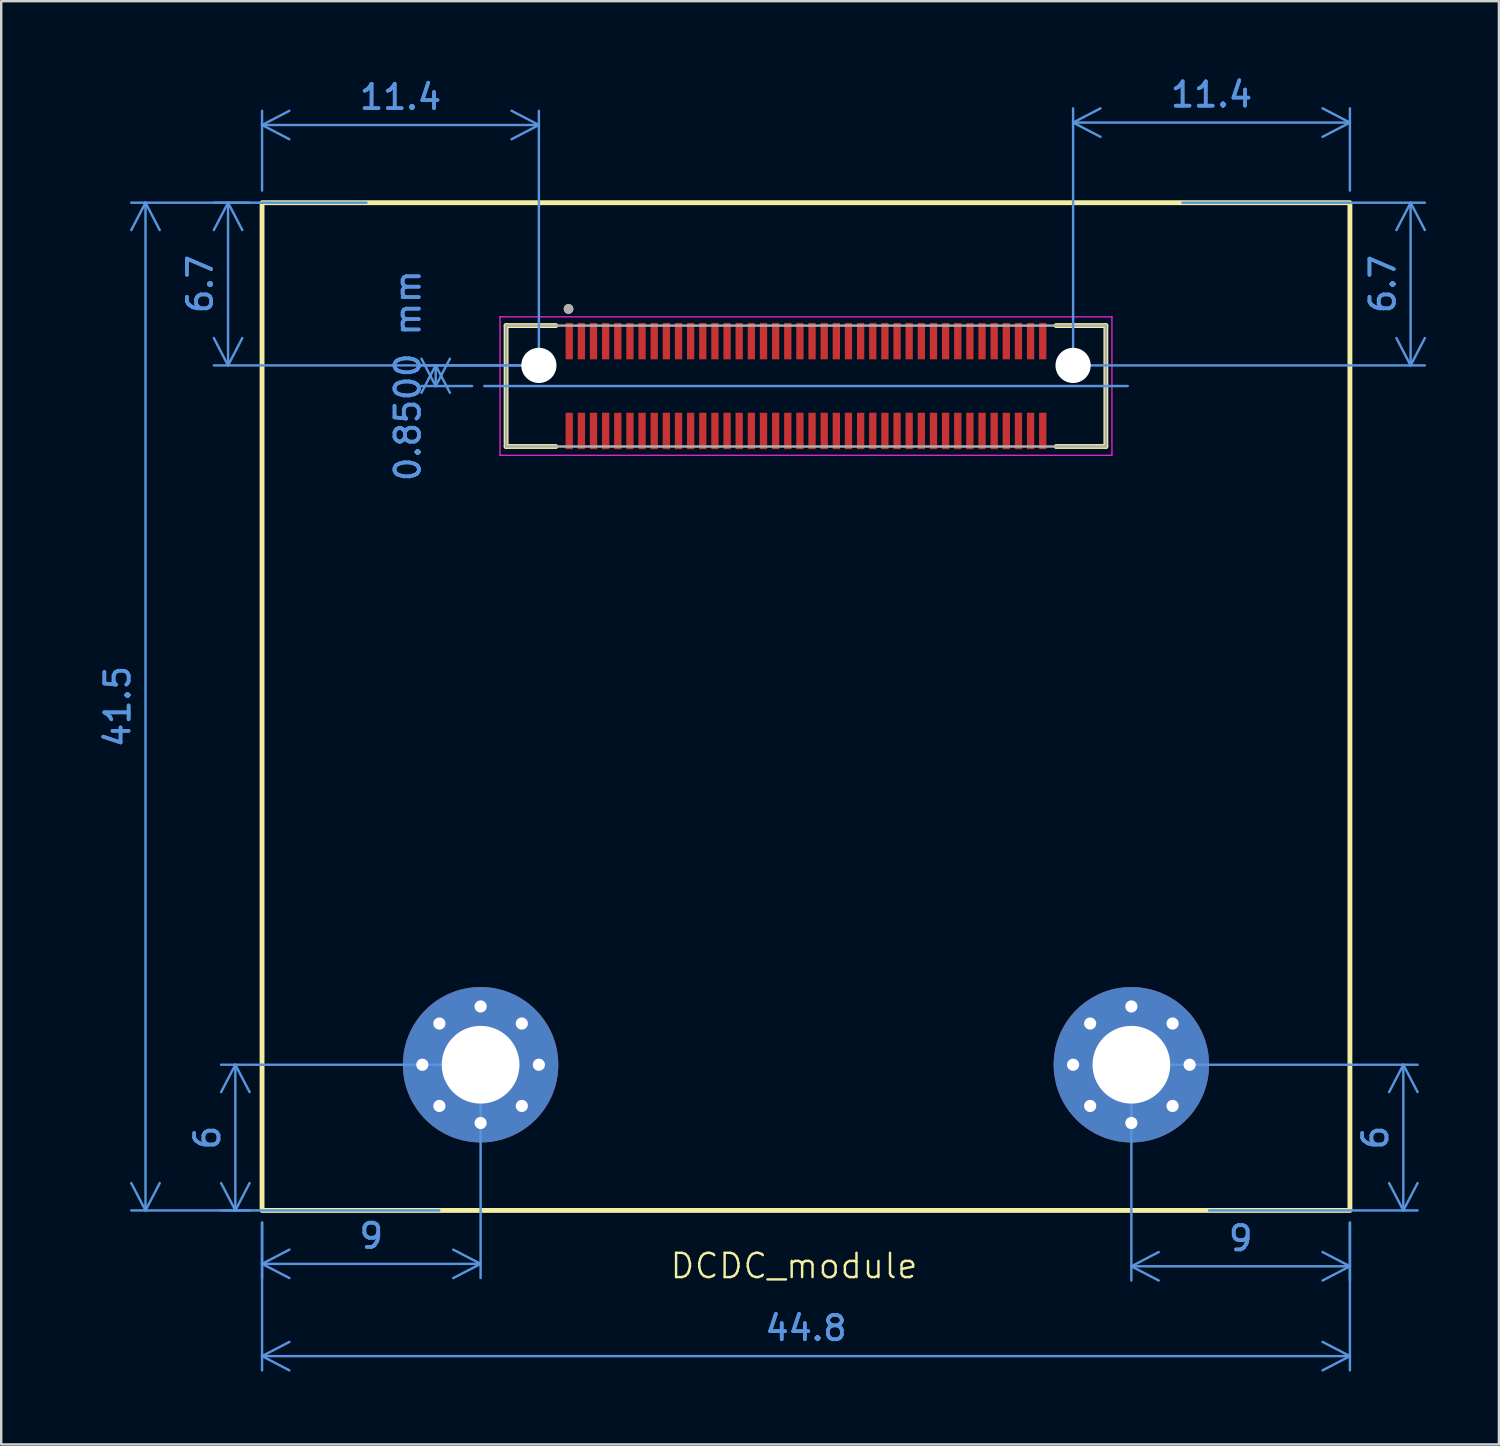
<source format=kicad_pcb>
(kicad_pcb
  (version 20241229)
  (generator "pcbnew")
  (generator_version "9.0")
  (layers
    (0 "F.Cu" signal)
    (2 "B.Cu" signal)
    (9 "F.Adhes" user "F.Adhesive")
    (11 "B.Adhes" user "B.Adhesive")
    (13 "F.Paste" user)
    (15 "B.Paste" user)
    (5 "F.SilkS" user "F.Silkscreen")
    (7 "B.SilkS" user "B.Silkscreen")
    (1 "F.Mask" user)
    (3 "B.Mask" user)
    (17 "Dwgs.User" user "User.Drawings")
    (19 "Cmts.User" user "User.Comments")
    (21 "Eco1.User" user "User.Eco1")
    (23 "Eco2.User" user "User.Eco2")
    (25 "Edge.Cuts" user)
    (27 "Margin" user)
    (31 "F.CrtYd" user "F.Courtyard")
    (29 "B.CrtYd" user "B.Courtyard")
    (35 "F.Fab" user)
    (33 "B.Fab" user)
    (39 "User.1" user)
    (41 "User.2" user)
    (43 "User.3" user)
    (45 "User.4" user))
  (footprint "DCDC_module"
    (layer "F.Cu")
    (at 29.569 29.775)
    (property "Reference" "DCDC_module" (at 0.08 19.31 0) (unlocked yes) (layer "F.SilkS") (effects (font (size 1 1) (thickness 0.1))))
    (attr smd allow_soldermask_bridges)
    (fp_line (start -11.777 -19.417) (end -9.727 -19.417) (stroke (width 0.2) (type solid)) (layer "F.SilkS"))
    (fp_line (start -11.777 -14.437) (end -11.777 -19.417) (stroke (width 0.2) (type solid)) (layer "F.SilkS"))
    (fp_line (start -9.727 -14.437) (end -11.777 -14.437) (stroke (width 0.2) (type solid)) (layer "F.SilkS"))
    (fp_line (start 10.873 -14.437) (end 12.923 -14.437) (stroke (width 0.2) (type solid)) (layer "F.SilkS"))
    (fp_line (start 12.923 -19.417) (end 10.873 -19.417) (stroke (width 0.2) (type solid)) (layer "F.SilkS"))
    (fp_line (start 12.923 -14.437) (end 12.923 -19.417) (stroke (width 0.2) (type solid)) (layer "F.SilkS"))
    (fp_rect (start -21.827 -24.477) (end 22.973 17.023) (stroke (width 0.2) (type solid)) (fill no) (layer "F.SilkS"))
    (fp_circle (center -9.206 -20.102) (end -9.306 -20.102) (stroke (width 0.2) (type solid)) (fill no) (layer "F.SilkS"))
    (fp_line (start -12.677 -16.927) (end 13.823 -16.927) (stroke (width 0.1) (type solid)) (layer "Cmts.User"))
    (fp_line (start -12.027 -19.777) (end -12.027 -14.077) (stroke (width 0.05) (type solid)) (layer "F.CrtYd"))
    (fp_line (start -12.027 -14.077) (end 13.173 -14.077) (stroke (width 0.05) (type solid)) (layer "F.CrtYd"))
    (fp_line (start 13.173 -19.777) (end -12.027 -19.777) (stroke (width 0.05) (type solid)) (layer "F.CrtYd"))
    (fp_line (start 13.173 -14.077) (end 13.173 -19.777) (stroke (width 0.05) (type solid)) (layer "F.CrtYd"))
    (fp_line (start -11.777 -19.417) (end -11.777 -14.437) (stroke (width 0.1) (type solid)) (layer "F.Fab"))
    (fp_line (start -11.777 -14.437) (end 12.923 -14.437) (stroke (width 0.1) (type solid)) (layer "F.Fab"))
    (fp_line (start 12.923 -19.417) (end -11.777 -19.417) (stroke (width 0.1) (type solid)) (layer "F.Fab"))
    (fp_line (start 12.923 -14.437) (end 12.923 -19.417) (stroke (width 0.1) (type solid)) (layer "F.Fab"))
    (fp_circle (center -9.206 -20.102) (end -9.306 -20.102) (stroke (width 0.2) (type solid)) (fill no) (layer "F.Fab"))
    (dimension (type orthogonal) (layer "Cmts.User") (pts (xy 41.142 11.998) (xy 52.542 5.298)) (height -10) (orientation 0) (format (prefix "") (suffix "") (units 3) (units_format 0) (precision 4) (suppress_zeroes yes)) (style (thickness 0.1) (arrow_length 1.27) (text_position_mode 0) (arrow_direction outward) (extension_height 0.586) (extension_offset 0.5) (keep_text_aligned yes)) (gr_text "11.4" (at 46.842 0.848 0) (layer "Cmts.User") (effects (font (size 1 1) (thickness 0.15)))))
    (dimension (type orthogonal) (layer "Cmts.User") (pts (xy 41.142 11.998) (xy 45.142 5.298)) (height 13.9) (orientation 1) (format (prefix "") (suffix "") (units 3) (units_format 0) (precision 4) (suppress_zeroes yes)) (style (thickness 0.1) (arrow_length 1.27) (text_position_mode 0) (arrow_direction outward) (extension_height 0.586) (extension_offset 0.5) (keep_text_aligned yes)) (gr_text "6.7" (at 53.892 8.648 90) (layer "Cmts.User") (effects (font (size 1 1) (thickness 0.15)))))
    (dimension (type orthogonal) (layer "Cmts.User") (pts (xy 43.542 40.798) (xy 46.242 46.798)) (height 11.2) (orientation 1) (format (prefix "") (suffix "") (units 3) (units_format 0) (precision 4) (suppress_zeroes yes)) (style (thickness 0.1) (arrow_length 1.27) (text_position_mode 0) (arrow_direction outward) (extension_height 0.586) (extension_offset 0.5) (keep_text_aligned yes)) (gr_text "6" (at 53.592 43.798 90) (layer "Cmts.User") (effects (font (size 1 1) (thickness 0.15)))))
    (dimension (type orthogonal) (layer "Cmts.User") (pts (xy 7.742 46.798) (xy 7.742 5.298)) (height -4.8) (orientation 1) (format (prefix "") (suffix "") (units 3) (units_format 0) (precision 4) (suppress_zeroes yes)) (style (thickness 0.1) (arrow_length 1.27) (text_position_mode 0) (arrow_direction outward) (extension_height 0.586) (extension_offset 0.5) (keep_text_aligned yes)) (gr_text "41.5" (at 1.792 26.048 90) (layer "Cmts.User") (effects (font (size 1 1) (thickness 0.15)))))
    (dimension (type orthogonal) (layer "Cmts.User") (pts (xy 19.142 11.998) (xy 16.892 12.848)) (height -4.25) (orientation 1) (format (prefix "") (suffix "") (units 3) (units_format 1) (precision 4)) (style (thickness 0.1) (arrow_length 1.27) (text_position_mode 0) (arrow_direction outward) (extension_height 0.586) (extension_offset 0.5) (keep_text_aligned yes)) (gr_text "0.8500 mm" (at 13.742 12.423 90) (layer "Cmts.User") (effects (font (size 1 1) (thickness 0.15)))))
    (dimension (type orthogonal) (layer "Cmts.User") (pts (xy 19.142 11.998) (xy 12.542 5.298)) (height -12.8) (orientation 1) (format (prefix "") (suffix "") (units 3) (units_format 0) (precision 4) (suppress_zeroes yes)) (style (thickness 0.1) (arrow_length 1.27) (text_position_mode 0) (arrow_direction outward) (extension_height 0.586) (extension_offset 0.5) (keep_text_aligned yes)) (gr_text "6.7" (at 5.192 8.648 90) (layer "Cmts.User") (effects (font (size 1 1) (thickness 0.15)))))
    (dimension (type orthogonal) (layer "Cmts.User") (pts (xy 7.742 46.798) (xy 52.542 46.798)) (height 6) (orientation 0) (format (prefix "") (suffix "") (units 3) (units_format 0) (precision 4) (suppress_zeroes yes)) (style (thickness 0.1) (arrow_length 1.27) (text_position_mode 0) (arrow_direction outward) (extension_height 0.586) (extension_offset 0.5) (keep_text_aligned yes)) (gr_text "44.8" (at 30.142 51.648 0) (layer "Cmts.User") (effects (font (size 1 1) (thickness 0.15)))))
    (dimension (type orthogonal) (layer "Cmts.User") (pts (xy 16.742 40.798) (xy 7.742 46.798)) (height 8.2) (orientation 0) (format (prefix "") (suffix "") (units 3) (units_format 0) (precision 4) (suppress_zeroes yes)) (style (thickness 0.1) (arrow_length 1.27) (text_position_mode 0) (arrow_direction outward) (extension_height 0.586) (extension_offset 0.5) (keep_text_aligned yes)) (gr_text "9" (at 12.242 47.848 0) (layer "Cmts.User") (effects (font (size 1 1) (thickness 0.15)))))
    (dimension (type orthogonal) (layer "Cmts.User") (pts (xy 19.142 11.998) (xy 7.742 5.298)) (height -9.9) (orientation 0) (format (prefix "") (suffix "") (units 3) (units_format 0) (precision 4) (suppress_zeroes yes)) (style (thickness 0.1) (arrow_length 1.27) (text_position_mode 0) (arrow_direction outward) (extension_height 0.586) (extension_offset 0.5) (keep_text_aligned yes)) (gr_text "11.4" (at 13.442 0.948 0) (layer "Cmts.User") (effects (font (size 1 1) (thickness 0.15)))))
    (dimension (type orthogonal) (layer "Cmts.User") (pts (xy 43.542 40.798) (xy 52.542 46.798)) (height 8.3) (orientation 0) (format (prefix "") (suffix "") (units 3) (units_format 0) (precision 4) (suppress_zeroes yes)) (style (thickness 0.1) (arrow_length 1.27) (text_position_mode 0) (arrow_direction outward) (extension_height 0.586) (extension_offset 0.5) (keep_text_aligned yes)) (gr_text "9" (at 48.042 47.948 0) (layer "Cmts.User") (effects (font (size 1 1) (thickness 0.15)))))
    (dimension (type orthogonal) (layer "Cmts.User") (pts (xy 16.742 40.798) (xy 15.542 46.798)) (height -10.1) (orientation 1) (format (prefix "") (suffix "") (units 3) (units_format 0) (precision 4) (suppress_zeroes yes)) (style (thickness 0.1) (arrow_length 1.27) (text_position_mode 0) (arrow_direction outward) (extension_height 0.586) (extension_offset 0.5) (keep_text_aligned yes)) (gr_text "6" (at 5.492 43.798 90) (layer "Cmts.User") (effects (font (size 1 1) (thickness 0.15)))))
    (pad "" np_thru_hole circle (at -10.427 -17.777 180) (size 1.45 1.45) (drill 1.45) (layers "*.Cu" "*.Mask"))
    (pad "" np_thru_hole circle (at 11.573 -17.777 180) (size 1.45 1.45) (drill 1.45) (layers "*.Cu" "*.Mask"))
    (pad "-16v" smd rect (at -1.677 -18.777 180) (size 0.3 1.5) (layers "F.Cu" "F.Mask" "F.Paste"))
    (pad "-16v" smd rect (at -1.177 -18.777 180) (size 0.3 1.5) (layers "F.Cu" "F.Mask" "F.Paste"))
    (pad "-16v" smd rect (at -0.677 -18.777 180) (size 0.3 1.5) (layers "F.Cu" "F.Mask" "F.Paste"))
    (pad "-16v" smd rect (at -0.177 -18.777 180) (size 0.3 1.5) (layers "F.Cu" "F.Mask" "F.Paste"))
    (pad "-16v" smd rect (at 0.323 -18.777 180) (size 0.3 1.5) (layers "F.Cu" "F.Mask" "F.Paste"))
    (pad "3v3" smd rect (at 0.823 -15.077 180) (size 0.3 1.5) (layers "F.Cu" "F.Mask" "F.Paste"))
    (pad "3v3" smd rect (at 1.323 -15.077 180) (size 0.3 1.5) (layers "F.Cu" "F.Mask" "F.Paste"))
    (pad "3v3" smd rect (at 1.823 -15.077 180) (size 0.3 1.5) (layers "F.Cu" "F.Mask" "F.Paste"))
    (pad "3v3" smd rect (at 2.323 -15.077 180) (size 0.3 1.5) (layers "F.Cu" "F.Mask" "F.Paste"))
    (pad "3v3" smd rect (at 2.823 -15.077 180) (size 0.3 1.5) (layers "F.Cu" "F.Mask" "F.Paste"))
    (pad "6v" smd rect (at 5.823 -15.077 180) (size 0.3 1.5) (layers "F.Cu" "F.Mask" "F.Paste"))
    (pad "6v" smd rect (at 6.323 -15.077 180) (size 0.3 1.5) (layers "F.Cu" "F.Mask" "F.Paste"))
    (pad "6v" smd rect (at 6.823 -15.077 180) (size 0.3 1.5) (layers "F.Cu" "F.Mask" "F.Paste"))
    (pad "6v" smd rect (at 7.323 -15.077 180) (size 0.3 1.5) (layers "F.Cu" "F.Mask" "F.Paste"))
    (pad "6v" smd rect (at 7.823 -15.077 180) (size 0.3 1.5) (layers "F.Cu" "F.Mask" "F.Paste"))
    (pad "16v" smd rect (at 3.323 -18.777 180) (size 0.3 1.5) (layers "F.Cu" "F.Mask" "F.Paste"))
    (pad "16v" smd rect (at 3.823 -18.777 180) (size 0.3 1.5) (layers "F.Cu" "F.Mask" "F.Paste"))
    (pad "16v" smd rect (at 4.323 -18.777 180) (size 0.3 1.5) (layers "F.Cu" "F.Mask" "F.Paste"))
    (pad "16v" smd rect (at 4.823 -18.777 180) (size 0.3 1.5) (layers "F.Cu" "F.Mask" "F.Paste"))
    (pad "16v" smd rect (at 5.323 -18.777 180) (size 0.3 1.5) (layers "F.Cu" "F.Mask" "F.Paste"))
    (pad "en" smd rect (at -7.177 -18.777 180) (size 0.3 1.5) (layers "F.Cu" "F.Mask" "F.Paste"))
    (pad "gnd" thru_hole circle (at -15.227 11.023) (size 0.8 0.8) (drill 0.5) (layers "*.Cu" "*.Mask"))
    (pad "gnd" thru_hole circle (at -14.524 9.326) (size 0.8 0.8) (drill 0.5) (layers "*.Cu" "*.Mask"))
    (pad "gnd" thru_hole circle (at -14.524 12.72) (size 0.8 0.8) (drill 0.5) (layers "*.Cu" "*.Mask"))
    (pad "gnd" thru_hole circle (at -12.827 8.623) (size 0.8 0.8) (drill 0.5) (layers "*.Cu" "*.Mask"))
    (pad "gnd" thru_hole circle (at -12.827 11.023) (size 6.4 6.4) (drill 3.2) (layers "*.Cu" "*.Mask"))
    (pad "gnd" thru_hole circle (at -12.827 13.423) (size 0.8 0.8) (drill 0.5) (layers "*.Cu" "*.Mask"))
    (pad "gnd" thru_hole circle (at -11.13 9.326) (size 0.8 0.8) (drill 0.5) (layers "*.Cu" "*.Mask"))
    (pad "gnd" thru_hole circle (at -11.13 12.72) (size 0.8 0.8) (drill 0.5) (layers "*.Cu" "*.Mask"))
    (pad "gnd" thru_hole circle (at -10.427 11.023) (size 0.8 0.8) (drill 0.5) (layers "*.Cu" "*.Mask"))
    (pad "gnd" smd rect (at -9.177 -18.777 180) (size 0.3 1.5) (layers "F.Cu" "F.Mask" "F.Paste"))
    (pad "gnd" smd rect (at -9.177 -15.077 180) (size 0.3 1.5) (layers "F.Cu" "F.Mask" "F.Paste"))
    (pad "gnd" smd rect (at -8.177 -18.777 180) (size 0.3 1.5) (layers "F.Cu" "F.Mask" "F.Paste"))
    (pad "gnd" smd rect (at -6.677 -18.777 180) (size 0.3 1.5) (layers "F.Cu" "F.Mask" "F.Paste"))
    (pad "gnd" smd rect (at -6.177 -18.777 180) (size 0.3 1.5) (layers "F.Cu" "F.Mask" "F.Paste"))
    (pad "gnd" smd rect (at -6.177 -15.077 180) (size 0.3 1.5) (layers "F.Cu" "F.Mask" "F.Paste"))
    (pad "gnd" smd rect (at -5.677 -18.777 180) (size 0.3 1.5) (layers "F.Cu" "F.Mask" "F.Paste"))
    (pad "gnd" smd rect (at -5.677 -15.077 180) (size 0.3 1.5) (layers "F.Cu" "F.Mask" "F.Paste"))
    (pad "gnd" smd rect (at -5.177 -18.777 180) (size 0.3 1.5) (layers "F.Cu" "F.Mask" "F.Paste"))
    (pad "gnd" smd rect (at -5.177 -15.077 180) (size 0.3 1.5) (layers "F.Cu" "F.Mask" "F.Paste"))
    (pad "gnd" smd rect (at -4.677 -18.777 180) (size 0.3 1.5) (layers "F.Cu" "F.Mask" "F.Paste"))
    (pad "gnd" smd rect (at -4.677 -15.077 180) (size 0.3 1.5) (layers "F.Cu" "F.Mask" "F.Paste"))
    (pad "gnd" smd rect (at -4.177 -18.777 180) (size 0.3 1.5) (layers "F.Cu" "F.Mask" "F.Paste"))
    (pad "gnd" smd rect (at -4.177 -15.077 180) (size 0.3 1.5) (layers "F.Cu" "F.Mask" "F.Paste"))
    (pad "gnd" smd rect (at -3.677 -18.777 180) (size 0.3 1.5) (layers "F.Cu" "F.Mask" "F.Paste"))
    (pad "gnd" smd rect (at -3.677 -15.077 180) (size 0.3 1.5) (layers "F.Cu" "F.Mask" "F.Paste"))
    (pad "gnd" smd rect (at -3.177 -18.777 180) (size 0.3 1.5) (layers "F.Cu" "F.Mask" "F.Paste"))
    (pad "gnd" smd rect (at -3.177 -15.077 180) (size 0.3 1.5) (layers "F.Cu" "F.Mask" "F.Paste"))
    (pad "gnd" smd rect (at -2.677 -18.777 180) (size 0.3 1.5) (layers "F.Cu" "F.Mask" "F.Paste"))
    (pad "gnd" smd rect (at -2.677 -15.077 180) (size 0.3 1.5) (layers "F.Cu" "F.Mask" "F.Paste"))
    (pad "gnd" smd rect (at -2.177 -18.777 180) (size 0.3 1.5) (layers "F.Cu" "F.Mask" "F.Paste"))
    (pad "gnd" smd rect (at -2.177 -15.077 180) (size 0.3 1.5) (layers "F.Cu" "F.Mask" "F.Paste"))
    (pad "gnd" smd rect (at -1.677 -15.077 180) (size 0.3 1.5) (layers "F.Cu" "F.Mask" "F.Paste"))
    (pad "gnd" smd rect (at -1.177 -15.077 180) (size 0.3 1.5) (layers "F.Cu" "F.Mask" "F.Paste"))
    (pad "gnd" smd rect (at -0.677 -15.077 180) (size 0.3 1.5) (layers "F.Cu" "F.Mask" "F.Paste"))
    (pad "gnd" smd rect (at -0.177 -15.077 180) (size 0.3 1.5) (layers "F.Cu" "F.Mask" "F.Paste"))
    (pad "gnd" smd rect (at 0.323 -15.077 180) (size 0.3 1.5) (layers "F.Cu" "F.Mask" "F.Paste"))
    (pad "gnd" smd rect (at 0.823 -18.777 180) (size 0.3 1.5) (layers "F.Cu" "F.Mask" "F.Paste"))
    (pad "gnd" smd rect (at 1.323 -18.777 180) (size 0.3 1.5) (layers "F.Cu" "F.Mask" "F.Paste"))
    (pad "gnd" smd rect (at 1.823 -18.777 180) (size 0.3 1.5) (layers "F.Cu" "F.Mask" "F.Paste"))
    (pad "gnd" smd rect (at 2.323 -18.777 180) (size 0.3 1.5) (layers "F.Cu" "F.Mask" "F.Paste"))
    (pad "gnd" smd rect (at 2.823 -18.777 180) (size 0.3 1.5) (layers "F.Cu" "F.Mask" "F.Paste"))
    (pad "gnd" smd rect (at 3.323 -15.077 180) (size 0.3 1.5) (layers "F.Cu" "F.Mask" "F.Paste"))
    (pad "gnd" smd rect (at 3.823 -15.077 180) (size 0.3 1.5) (layers "F.Cu" "F.Mask" "F.Paste"))
    (pad "gnd" smd rect (at 4.323 -15.077 180) (size 0.3 1.5) (layers "F.Cu" "F.Mask" "F.Paste"))
    (pad "gnd" smd rect (at 4.823 -15.077 180) (size 0.3 1.5) (layers "F.Cu" "F.Mask" "F.Paste"))
    (pad "gnd" smd rect (at 5.323 -15.077 180) (size 0.3 1.5) (layers "F.Cu" "F.Mask" "F.Paste"))
    (pad "gnd" smd rect (at 5.823 -18.777 180) (size 0.3 1.5) (layers "F.Cu" "F.Mask" "F.Paste"))
    (pad "gnd" smd rect (at 6.323 -18.777 180) (size 0.3 1.5) (layers "F.Cu" "F.Mask" "F.Paste"))
    (pad "gnd" smd rect (at 6.823 -18.777 180) (size 0.3 1.5) (layers "F.Cu" "F.Mask" "F.Paste"))
    (pad "gnd" smd rect (at 7.323 -18.777 180) (size 0.3 1.5) (layers "F.Cu" "F.Mask" "F.Paste"))
    (pad "gnd" smd rect (at 7.823 -18.777 180) (size 0.3 1.5) (layers "F.Cu" "F.Mask" "F.Paste"))
    (pad "gnd" smd rect (at 8.323 -18.777 180) (size 0.3 1.5) (layers "F.Cu" "F.Mask" "F.Paste"))
    (pad "gnd" smd rect (at 8.323 -15.077 180) (size 0.3 1.5) (layers "F.Cu" "F.Mask" "F.Paste"))
    (pad "gnd" smd rect (at 8.823 -18.777 180) (size 0.3 1.5) (layers "F.Cu" "F.Mask" "F.Paste"))
    (pad "gnd" smd rect (at 8.823 -15.077 180) (size 0.3 1.5) (layers "F.Cu" "F.Mask" "F.Paste"))
    (pad "gnd" smd rect (at 9.323 -18.777 180) (size 0.3 1.5) (layers "F.Cu" "F.Mask" "F.Paste"))
    (pad "gnd" smd rect (at 9.323 -15.077 180) (size 0.3 1.5) (layers "F.Cu" "F.Mask" "F.Paste"))
    (pad "gnd" smd rect (at 9.823 -18.777 180) (size 0.3 1.5) (layers "F.Cu" "F.Mask" "F.Paste"))
    (pad "gnd" smd rect (at 9.823 -15.077 180) (size 0.3 1.5) (layers "F.Cu" "F.Mask" "F.Paste"))
    (pad "gnd" smd rect (at 10.323 -18.777 180) (size 0.3 1.5) (layers "F.Cu" "F.Mask" "F.Paste"))
    (pad "gnd" smd rect (at 10.323 -15.077 180) (size 0.3 1.5) (layers "F.Cu" "F.Mask" "F.Paste"))
    (pad "gnd" thru_hole circle (at 11.573 11.023) (size 0.8 0.8) (drill 0.5) (layers "*.Cu" "*.Mask"))
    (pad "gnd" thru_hole circle (at 12.276 9.326) (size 0.8 0.8) (drill 0.5) (layers "*.Cu" "*.Mask"))
    (pad "gnd" thru_hole circle (at 12.276 12.72) (size 0.8 0.8) (drill 0.5) (layers "*.Cu" "*.Mask"))
    (pad "gnd" thru_hole circle (at 13.973 8.623) (size 0.8 0.8) (drill 0.5) (layers "*.Cu" "*.Mask"))
    (pad "gnd" thru_hole circle (at 13.973 11.023) (size 6.4 6.4) (drill 3.2) (layers "*.Cu" "*.Mask"))
    (pad "gnd" thru_hole circle (at 13.973 13.423) (size 0.8 0.8) (drill 0.5) (layers "*.Cu" "*.Mask"))
    (pad "gnd" thru_hole circle (at 15.67 9.326) (size 0.8 0.8) (drill 0.5) (layers "*.Cu" "*.Mask"))
    (pad "gnd" thru_hole circle (at 15.67 12.72) (size 0.8 0.8) (drill 0.5) (layers "*.Cu" "*.Mask"))
    (pad "gnd" thru_hole circle (at 16.373 11.023) (size 0.8 0.8) (drill 0.5) (layers "*.Cu" "*.Mask"))
    (pad "pg" smd rect (at -7.677 -18.777 180) (size 0.3 1.5) (layers "F.Cu" "F.Mask" "F.Paste"))
    (pad "sync" smd rect (at -8.677 -18.777 180) (size 0.3 1.5) (layers "F.Cu" "F.Mask" "F.Paste"))
    (pad "vin" smd rect (at -8.677 -15.077 180) (size 0.3 1.5) (layers "F.Cu" "F.Mask" "F.Paste"))
    (pad "vin" smd rect (at -8.177 -15.077 180) (size 0.3 1.5) (layers "F.Cu" "F.Mask" "F.Paste"))
    (pad "vin" smd rect (at -7.677 -15.077 180) (size 0.3 1.5) (layers "F.Cu" "F.Mask" "F.Paste"))
    (pad "vin" smd rect (at -7.177 -15.077 180) (size 0.3 1.5) (layers "F.Cu" "F.Mask" "F.Paste"))
    (pad "vin" smd rect (at -6.677 -15.077 180) (size 0.3 1.5) (layers "F.Cu" "F.Mask" "F.Paste")))
  (gr_rect
    (start -3 -3)
    (end 58.678 56.435)
    (stroke (width 0.1) (type default))
    (fill no)
    (layer "Edge.Cuts")))
</source>
